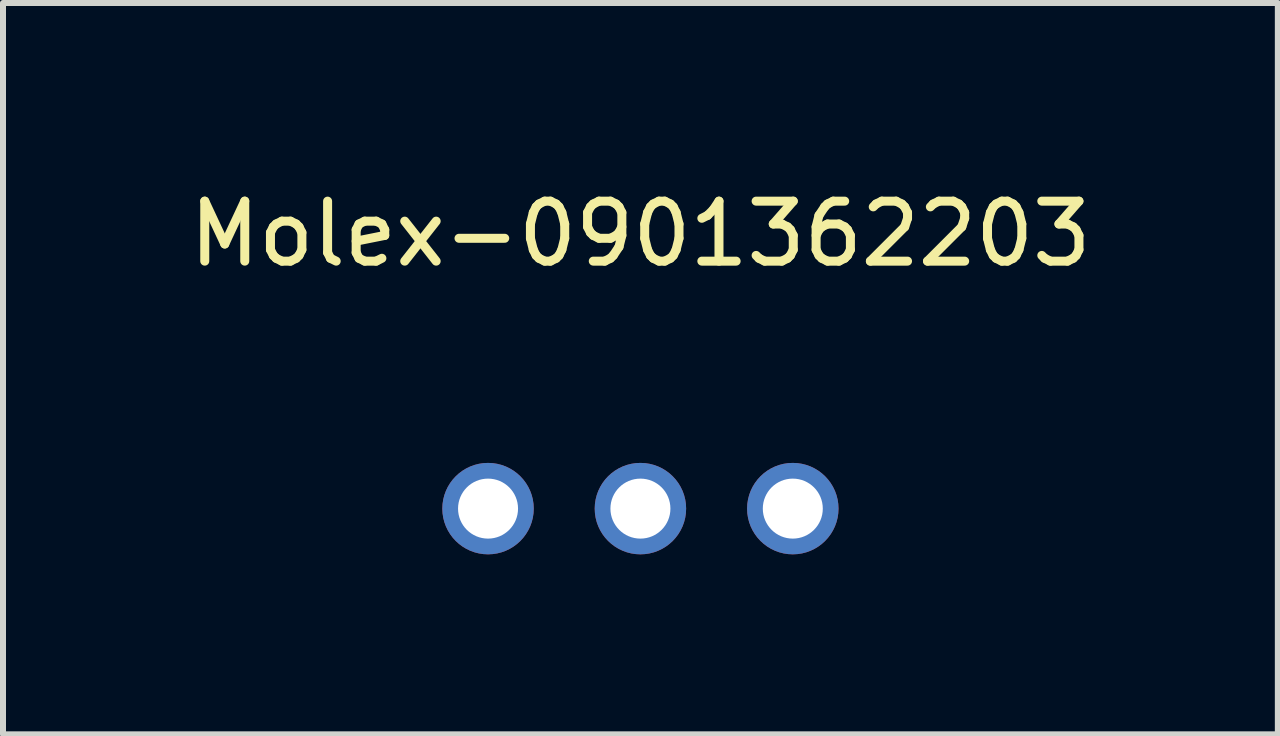
<source format=kicad_pcb>
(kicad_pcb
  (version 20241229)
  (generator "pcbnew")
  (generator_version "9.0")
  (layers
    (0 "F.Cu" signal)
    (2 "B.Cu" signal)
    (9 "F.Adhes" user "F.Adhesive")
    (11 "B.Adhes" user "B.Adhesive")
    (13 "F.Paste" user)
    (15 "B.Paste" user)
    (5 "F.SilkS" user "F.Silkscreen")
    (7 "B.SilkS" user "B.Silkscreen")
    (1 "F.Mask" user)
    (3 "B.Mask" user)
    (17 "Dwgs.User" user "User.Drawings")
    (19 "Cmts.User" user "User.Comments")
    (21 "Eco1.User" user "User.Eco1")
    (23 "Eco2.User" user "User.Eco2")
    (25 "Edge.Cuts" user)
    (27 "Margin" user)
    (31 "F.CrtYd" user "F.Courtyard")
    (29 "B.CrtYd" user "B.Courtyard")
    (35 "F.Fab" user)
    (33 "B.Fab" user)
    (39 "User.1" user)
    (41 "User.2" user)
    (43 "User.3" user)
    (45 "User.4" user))
  (footprint "Molex-0901362203"
    (layer "F.Cu")
    (at 7.625 5.428)
    (property "Reference" "Molex-0901362203" (at 0 -4.58 0) (layer "F.SilkS") (effects (font (size 1 1) (thickness 0.15))))
    (attr through_hole)
    (pad "1" thru_hole circle (at -2.54 0) (size 1.524 1.524) (drill 1) (layers "*.Cu" "*.Mask"))
    (pad "2" thru_hole circle (at 0 0) (size 1.524 1.524) (drill 1) (layers "*.Cu" "*.Mask"))
    (pad "3" thru_hole circle (at 2.54 0) (size 1.524 1.524) (drill 1) (layers "*.Cu" "*.Mask")))
  (gr_rect
    (start -3 -3)
    (end 18.25 9.19)
    (stroke (width 0.1) (type default))
    (fill no)
    (layer "Edge.Cuts")))
</source>
